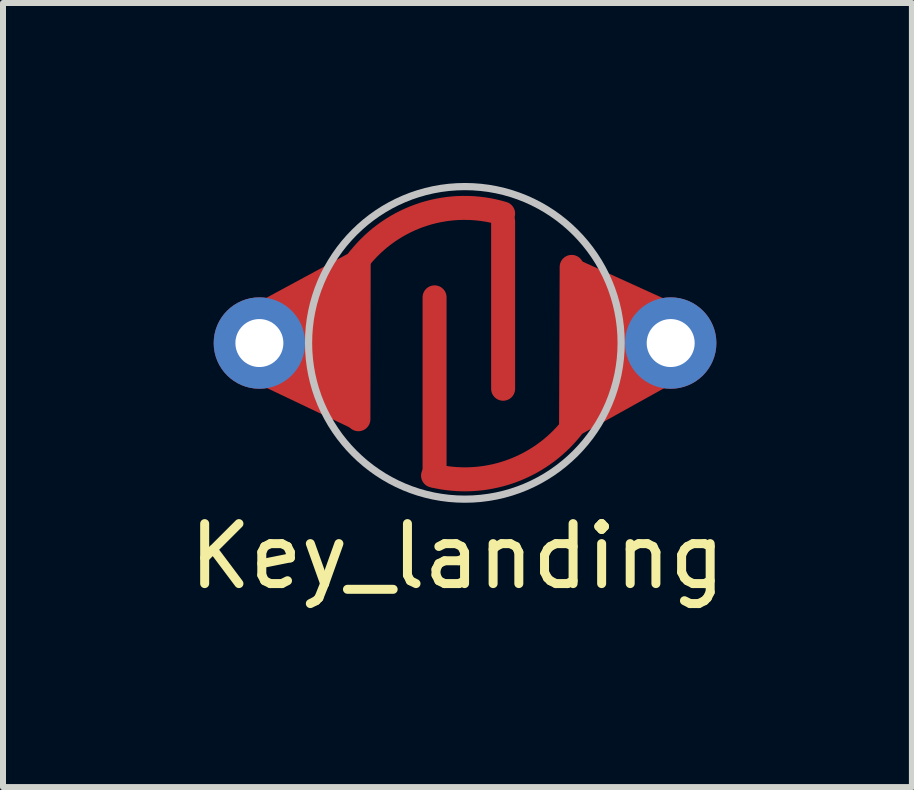
<source format=kicad_pcb>
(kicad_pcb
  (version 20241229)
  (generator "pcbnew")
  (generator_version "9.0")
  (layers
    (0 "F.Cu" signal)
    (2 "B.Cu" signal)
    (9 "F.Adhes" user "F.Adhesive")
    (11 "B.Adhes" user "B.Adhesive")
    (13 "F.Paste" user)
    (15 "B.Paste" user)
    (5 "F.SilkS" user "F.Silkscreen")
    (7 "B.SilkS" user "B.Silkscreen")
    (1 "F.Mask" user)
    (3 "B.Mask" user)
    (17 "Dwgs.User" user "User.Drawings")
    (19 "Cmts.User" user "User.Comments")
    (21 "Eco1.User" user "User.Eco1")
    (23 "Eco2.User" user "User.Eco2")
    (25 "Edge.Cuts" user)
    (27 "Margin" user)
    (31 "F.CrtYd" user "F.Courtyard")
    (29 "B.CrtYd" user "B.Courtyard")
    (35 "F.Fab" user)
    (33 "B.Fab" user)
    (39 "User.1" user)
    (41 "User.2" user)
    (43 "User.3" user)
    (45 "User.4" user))
  (footprint "Key_landing"
    (layer "F.Cu")
    (at 4.704 2.67)
    (property "Reference" "Key_landing" (at -0.127 3.556 0) (layer "F.SilkS") (effects (font (size 1 1) (thickness 0.15))))
    (attr through_hole)
    (fp_line (start -1.773 -1.393) (end -1.778 1.27) (stroke (width 0.4) (type solid)) (layer "F.Cu"))
    (fp_line (start -0.508 -0.762) (end -0.508 2.21) (stroke (width 0.4) (type solid)) (layer "F.Cu"))
    (fp_line (start 0.635 -2.032) (end 0.635 0.762) (stroke (width 0.4) (type solid)) (layer "F.Cu"))
    (fp_line (start 1.778 -1.27) (end 1.768 1.389) (stroke (width 0.4) (type solid)) (layer "F.Cu"))
    (fp_arc (start -1.773455 -1.393446) (mid -0.687526 -2.148393) (end 0.635 -2.159) (stroke (width 0.4) (type solid)) (layer "F.Cu"))
    (fp_arc (start 1.773977 1.419176) (mid 0.735064 2.149451) (end -0.5334 2.2098) (stroke (width 0.4) (type solid)) (layer "F.Cu"))
    (fp_poly (pts (xy -1.829 1.397) (xy -3.429 0.635) (xy -3.429 -0.635) (xy -1.829 -1.499)) (stroke (width 0.1) (type solid)) (fill yes) (layer "F.Cu"))
    (fp_poly (pts (xy 3.429 0.635) (xy 1.829 1.524) (xy 1.753 -1.397) (xy 3.429 -0.635)) (stroke (width 0.1) (type solid)) (fill yes) (layer "F.Cu"))
    (fp_circle (center -0.003 -0.003) (end 2.6 0.124) (stroke (width 0.12) (type solid)) (fill no) (layer "Dwgs.User"))
    (pad "" smd circle (at 0 0) (size 5 5) (layers "F.Mask"))
    (pad "1" thru_hole circle (at -3.429 0) (size 1.524 1.524) (drill 0.8) (layers "*.Cu" "*.Mask"))
    (pad "2" thru_hole circle (at 3.429 0) (size 1.524 1.524) (drill 0.8) (layers "*.Cu" "*.Mask")))
  (gr_rect
    (start -3 -3)
    (end 12.155 10.074)
    (stroke (width 0.1) (type default))
    (fill no)
    (layer "Edge.Cuts")))
</source>
